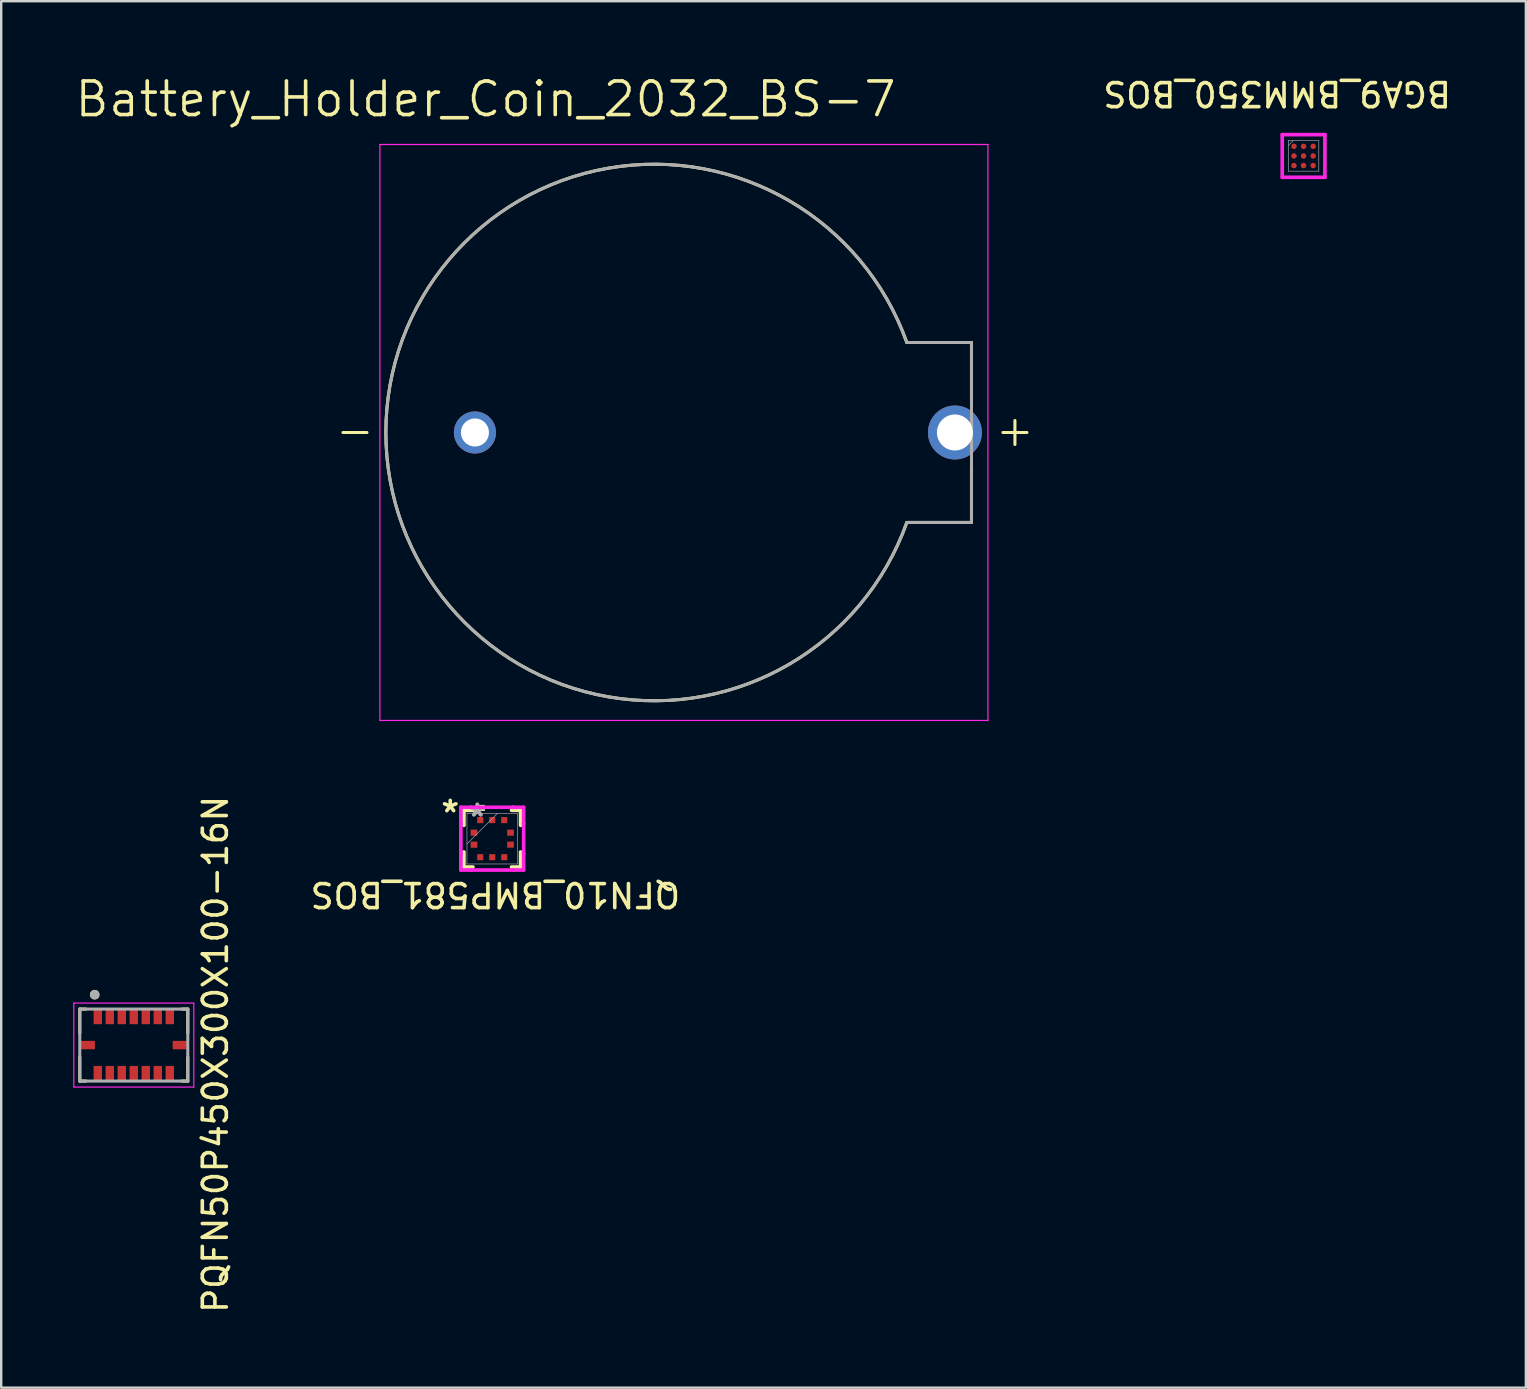
<source format=kicad_pcb>
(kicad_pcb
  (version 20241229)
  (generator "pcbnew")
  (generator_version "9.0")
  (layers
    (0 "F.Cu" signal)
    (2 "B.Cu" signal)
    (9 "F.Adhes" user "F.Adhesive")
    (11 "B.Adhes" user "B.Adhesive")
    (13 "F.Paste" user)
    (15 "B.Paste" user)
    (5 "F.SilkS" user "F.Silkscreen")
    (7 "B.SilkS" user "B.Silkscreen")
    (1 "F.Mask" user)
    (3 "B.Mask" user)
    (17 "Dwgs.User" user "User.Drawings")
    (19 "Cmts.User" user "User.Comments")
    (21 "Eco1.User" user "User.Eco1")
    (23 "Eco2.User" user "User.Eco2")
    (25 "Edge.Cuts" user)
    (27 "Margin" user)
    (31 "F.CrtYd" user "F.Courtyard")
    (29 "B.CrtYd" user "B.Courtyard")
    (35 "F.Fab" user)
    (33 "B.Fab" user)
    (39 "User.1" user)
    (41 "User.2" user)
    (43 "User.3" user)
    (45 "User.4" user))
  (footprint "Battery_Holder_Coin_2032_BS-7"
    (layer "F.Cu")
    (at 26.74 14.971)
    (property "Reference" "Battery_Holder_Coin_2032_BS-7" (at -9.555 -13.889 0) (layer "F.SilkS") (effects (font (size 1.4 1.4) (thickness 0.15))))
    (attr through_hole)
    (fp_line (start -15.5 0) (end -14.5 0) (stroke (width 0.127) (type solid)) (layer "F.SilkS"))
    (fp_line (start 10.69 -3.75) (end 7.995 -3.75) (stroke (width 0.127) (type solid)) (layer "F.SilkS"))
    (fp_line (start 10.69 -3.75) (end 10.69 -1.47) (stroke (width 0.127) (type solid)) (layer "F.SilkS"))
    (fp_line (start 10.69 3.75) (end 7.995 3.75) (stroke (width 0.127) (type solid)) (layer "F.SilkS"))
    (fp_line (start 10.69 3.75) (end 10.69 1.47) (stroke (width 0.127) (type solid)) (layer "F.SilkS"))
    (fp_line (start 12 0) (end 13 0) (stroke (width 0.127) (type solid)) (layer "F.SilkS"))
    (fp_line (start 12.5 -0.5) (end 12.5 0.5) (stroke (width 0.127) (type solid)) (layer "F.SilkS"))
    (fp_arc (start 7.995 3.75) (mid -13.712925 0) (end 7.995 -3.75) (stroke (width 0.127) (type solid)) (layer "F.SilkS"))
    (fp_line (start -13.96 -12) (end 11.375 -12) (stroke (width 0.05) (type solid)) (layer "F.CrtYd"))
    (fp_line (start -13.96 12) (end -13.96 -12) (stroke (width 0.05) (type solid)) (layer "F.CrtYd"))
    (fp_line (start 11.375 -12) (end 11.375 12) (stroke (width 0.05) (type solid)) (layer "F.CrtYd"))
    (fp_line (start 11.375 12) (end -13.96 12) (stroke (width 0.05) (type solid)) (layer "F.CrtYd"))
    (fp_line (start 10.69 -3.75) (end 7.995 -3.75) (stroke (width 0.127) (type solid)) (layer "F.Fab"))
    (fp_line (start 10.69 -3.75) (end 10.69 3.75) (stroke (width 0.127) (type solid)) (layer "F.Fab"))
    (fp_line (start 10.69 3.75) (end 7.995 3.75) (stroke (width 0.127) (type solid)) (layer "F.Fab"))
    (fp_arc (start 7.995 3.75) (mid -13.712925 0) (end 7.995 -3.75) (stroke (width 0.127) (type solid)) (layer "F.Fab"))
    (pad "+" thru_hole circle (at 10 0) (size 2.25 2.25) (drill 1.5) (layers "*.Cu" "*.Mask"))
    (pad "-" thru_hole circle (at -10 0) (size 1.755 1.755) (drill 1.17) (layers "*.Cu" "*.Mask")))
  (footprint "QFN10_BMP581_BOS"
    (layer "F.Cu")
    (at 17.461 31.895)
    (property "Reference" "QFN10_BMP581_BOS" (at 0.128 2.327 180) (unlocked yes) (layer "F.SilkS") (effects (font (size 1 1) (thickness 0.15))))
    (attr smd)
    (fp_line (start -1.181 -1.181) (end -1.181 -0.555) (stroke (width 0.152) (type solid)) (layer "F.SilkS"))
    (fp_line (start -1.181 0.555) (end -1.181 1.181) (stroke (width 0.152) (type solid)) (layer "F.SilkS"))
    (fp_line (start -1.181 1.181) (end -0.805 1.181) (stroke (width 0.152) (type solid)) (layer "F.SilkS"))
    (fp_line (start -0.805 -1.181) (end -1.181 -1.181) (stroke (width 0.152) (type solid)) (layer "F.SilkS"))
    (fp_line (start 0.805 1.181) (end 1.181 1.181) (stroke (width 0.152) (type solid)) (layer "F.SilkS"))
    (fp_line (start 1.181 -1.181) (end 0.805 -1.181) (stroke (width 0.152) (type solid)) (layer "F.SilkS"))
    (fp_line (start 1.181 -0.555) (end 1.181 -1.181) (stroke (width 0.152) (type solid)) (layer "F.SilkS"))
    (fp_line (start 1.181 1.181) (end 1.181 0.555) (stroke (width 0.152) (type solid)) (layer "F.SilkS"))
    (fp_poly (pts (xy -0.69 -1.154) (xy -0.69 -1.408) (xy -0.309 -1.408) (xy -0.309 -1.154)) (stroke (width 0) (type solid)) (fill yes) (layer "F.SilkS"))
    (fp_line (start -1.308 -1.308) (end -0.881 -1.308) (stroke (width 0.152) (type solid)) (layer "F.CrtYd"))
    (fp_line (start -1.308 -0.631) (end -1.308 -1.308) (stroke (width 0.152) (type solid)) (layer "F.CrtYd"))
    (fp_line (start -1.308 -0.631) (end -1.308 -0.631) (stroke (width 0.152) (type solid)) (layer "F.CrtYd"))
    (fp_line (start -1.308 0.631) (end -1.308 -0.631) (stroke (width 0.152) (type solid)) (layer "F.CrtYd"))
    (fp_line (start -1.308 0.631) (end -1.308 0.631) (stroke (width 0.152) (type solid)) (layer "F.CrtYd"))
    (fp_line (start -1.308 1.308) (end -1.308 0.631) (stroke (width 0.152) (type solid)) (layer "F.CrtYd"))
    (fp_line (start -1.308 1.308) (end -0.881 1.308) (stroke (width 0.152) (type solid)) (layer "F.CrtYd"))
    (fp_line (start -0.881 -1.308) (end -0.881 -1.308) (stroke (width 0.152) (type solid)) (layer "F.CrtYd"))
    (fp_line (start -0.881 -1.308) (end 0.881 -1.308) (stroke (width 0.152) (type solid)) (layer "F.CrtYd"))
    (fp_line (start -0.881 1.308) (end -0.881 1.308) (stroke (width 0.152) (type solid)) (layer "F.CrtYd"))
    (fp_line (start -0.881 1.308) (end 0.881 1.308) (stroke (width 0.152) (type solid)) (layer "F.CrtYd"))
    (fp_line (start 0.881 -1.308) (end 0.881 -1.308) (stroke (width 0.152) (type solid)) (layer "F.CrtYd"))
    (fp_line (start 0.881 -1.308) (end 1.308 -1.308) (stroke (width 0.152) (type solid)) (layer "F.CrtYd"))
    (fp_line (start 0.881 1.308) (end 0.881 1.308) (stroke (width 0.152) (type solid)) (layer "F.CrtYd"))
    (fp_line (start 0.881 1.308) (end 1.308 1.308) (stroke (width 0.152) (type solid)) (layer "F.CrtYd"))
    (fp_line (start 1.308 -0.631) (end 1.308 -1.308) (stroke (width 0.152) (type solid)) (layer "F.CrtYd"))
    (fp_line (start 1.308 -0.631) (end 1.308 -0.631) (stroke (width 0.152) (type solid)) (layer "F.CrtYd"))
    (fp_line (start 1.308 0.631) (end 1.308 -0.631) (stroke (width 0.152) (type solid)) (layer "F.CrtYd"))
    (fp_line (start 1.308 0.631) (end 1.308 0.631) (stroke (width 0.152) (type solid)) (layer "F.CrtYd"))
    (fp_line (start 1.308 1.308) (end 1.308 0.631) (stroke (width 0.152) (type solid)) (layer "F.CrtYd"))
    (fp_line (start -1.054 -1.054) (end -1.054 1.054) (stroke (width 0.025) (type solid)) (layer "F.Fab"))
    (fp_line (start -1.054 0.216) (end 0.216 -1.054) (stroke (width 0.025) (type solid)) (layer "F.Fab"))
    (fp_line (start -1.054 1.054) (end 1.054 1.054) (stroke (width 0.025) (type solid)) (layer "F.Fab"))
    (fp_line (start 1.054 -1.054) (end -1.054 -1.054) (stroke (width 0.025) (type solid)) (layer "F.Fab"))
    (fp_line (start 1.054 1.054) (end 1.054 -1.054) (stroke (width 0.025) (type solid)) (layer "F.Fab"))
    (fp_text user "*" (at -1.75 -1.05 0) (unlocked yes) (layer "F.SilkS") (effects (font (size 1 1) (thickness 0.15))))
    (fp_text user "*" (at -0.621 -0.881 180) (layer "F.Fab") (effects (font (size 1 1) (thickness 0.15))))
    (fp_text user "*" (at -0.621 -0.881 0) (unlocked yes) (layer "F.Fab") (effects (font (size 1 1) (thickness 0.15))))
    (pad "1" smd rect (at -0.76 -0.25 90) (size 0.254 0.279) (layers "F.Cu" "F.Mask" "F.Paste"))
    (pad "2" smd rect (at -0.76 0.25 90) (size 0.254 0.279) (layers "F.Cu" "F.Mask" "F.Paste"))
    (pad "3" smd rect (at -0.5 0.773) (size 0.254 0.254) (layers "F.Cu" "F.Mask" "F.Paste"))
    (pad "4" smd rect (at 0 0.773) (size 0.254 0.254) (layers "F.Cu" "F.Mask" "F.Paste"))
    (pad "5" smd rect (at 0.5 0.773) (size 0.254 0.254) (layers "F.Cu" "F.Mask" "F.Paste"))
    (pad "6" smd rect (at 0.76 0.25 90) (size 0.254 0.279) (layers "F.Cu" "F.Mask" "F.Paste"))
    (pad "7" smd rect (at 0.76 -0.25 90) (size 0.254 0.279) (layers "F.Cu" "F.Mask" "F.Paste"))
    (pad "8" smd rect (at 0.5 -0.773) (size 0.254 0.254) (layers "F.Cu" "F.Mask" "F.Paste"))
    (pad "9" smd rect (at 0 -0.773) (size 0.254 0.254) (layers "F.Cu" "F.Mask" "F.Paste"))
    (pad "10" smd rect (at -0.5 -0.773) (size 0.254 0.254) (layers "F.Cu" "F.Mask" "F.Paste")))
  (footprint "BGA9_BMM350_BOS"
    (layer "F.Cu")
    (at 51.267 3.448)
    (property "Reference" "BGA9_BMM350_BOS" (at -1.1 -2.6 180) (unlocked yes) (layer "F.SilkS") (effects (font (size 1 1) (thickness 0.15))))
    (attr smd)
    (fp_poly (pts (xy -1.045 -1.045) (xy 1.045 -1.045) (xy 1.045 1.045) (xy -1.045 1.045)) (stroke (width 0.1) (type solid)) (fill no) (layer "Eco2.User"))
    (fp_line (start -0.889 -0.889) (end 0.889 -0.889) (stroke (width 0.152) (type solid)) (layer "F.CrtYd"))
    (fp_line (start -0.889 0.889) (end -0.889 -0.889) (stroke (width 0.152) (type solid)) (layer "F.CrtYd"))
    (fp_line (start 0.889 -0.889) (end 0.889 0.889) (stroke (width 0.152) (type solid)) (layer "F.CrtYd"))
    (fp_line (start 0.889 0.889) (end -0.889 0.889) (stroke (width 0.152) (type solid)) (layer "F.CrtYd"))
    (fp_line (start -0.635 -0.635) (end -0.635 0.635) (stroke (width 0.025) (type solid)) (layer "F.Fab"))
    (fp_line (start -0.635 0.635) (end 0.635 0.635) (stroke (width 0.025) (type solid)) (layer "F.Fab"))
    (fp_line (start -0.435 -0.635) (end -0.635 -0.435) (stroke (width 0.025) (type solid)) (layer "F.Fab"))
    (fp_line (start 0.635 -0.635) (end -0.635 -0.635) (stroke (width 0.025) (type solid)) (layer "F.Fab"))
    (fp_line (start 0.635 0.635) (end 0.635 -0.635) (stroke (width 0.025) (type solid)) (layer "F.Fab"))
    (pad "A1" smd circle (at -0.4 -0.4) (size 0.229 0.229) (layers "F.Cu" "F.Mask" "F.Paste"))
    (pad "A2" smd circle (at 0 -0.4) (size 0.229 0.229) (layers "F.Cu" "F.Mask" "F.Paste"))
    (pad "A3" smd circle (at 0.4 -0.4) (size 0.229 0.229) (layers "F.Cu" "F.Mask" "F.Paste"))
    (pad "B1" smd circle (at -0.4 0) (size 0.229 0.229) (layers "F.Cu" "F.Mask" "F.Paste"))
    (pad "B2" smd circle (at 0 0) (size 0.229 0.229) (layers "F.Cu" "F.Mask" "F.Paste"))
    (pad "B3" smd circle (at 0.4 0) (size 0.229 0.229) (layers "F.Cu" "F.Mask" "F.Paste"))
    (pad "C1" smd circle (at -0.4 0.4) (size 0.229 0.229) (layers "F.Cu" "F.Mask" "F.Paste"))
    (pad "C2" smd circle (at 0 0.4) (size 0.229 0.229) (layers "F.Cu" "F.Mask" "F.Paste"))
    (pad "C3" smd circle (at 0.4 0.4) (size 0.229 0.229) (layers "F.Cu" "F.Mask" "F.Paste")))
  (footprint "PQFN50P450X300X100-16N"
    (layer "F.Cu")
    (at 2.525 40.496)
    (property "Reference" "PQFN50P450X300X100-16N" (at 3.4 0.388 270) (layer "F.SilkS") (effects (font (size 1 1) (thickness 0.15))))
    (attr smd)
    (fp_line (start -2.25 -1.5) (end -2 -1.5) (stroke (width 0.127) (type solid)) (layer "F.SilkS"))
    (fp_line (start -2.25 -0.5) (end -2.25 -1.5) (stroke (width 0.127) (type solid)) (layer "F.SilkS"))
    (fp_line (start -2.25 1.5) (end -2.25 0.5) (stroke (width 0.127) (type solid)) (layer "F.SilkS"))
    (fp_line (start -2 1.5) (end -2.25 1.5) (stroke (width 0.127) (type solid)) (layer "F.SilkS"))
    (fp_line (start 2.25 -1.5) (end 2 -1.5) (stroke (width 0.127) (type solid)) (layer "F.SilkS"))
    (fp_line (start 2.25 -0.5) (end 2.25 -1.5) (stroke (width 0.127) (type solid)) (layer "F.SilkS"))
    (fp_line (start 2.25 0.5) (end 2.25 1.5) (stroke (width 0.127) (type solid)) (layer "F.SilkS"))
    (fp_line (start 2.25 1.5) (end 2 1.5) (stroke (width 0.127) (type solid)) (layer "F.SilkS"))
    (fp_circle (center -1.629 -2.1) (end -1.529 -2.1) (stroke (width 0.2) (type solid)) (fill no) (layer "F.SilkS"))
    (fp_line (start -2.5 -1.75) (end 2.5 -1.75) (stroke (width 0.05) (type solid)) (layer "F.CrtYd"))
    (fp_line (start -2.5 1.75) (end -2.5 -1.75) (stroke (width 0.05) (type solid)) (layer "F.CrtYd"))
    (fp_line (start 2.5 -1.75) (end 2.5 1.75) (stroke (width 0.05) (type solid)) (layer "F.CrtYd"))
    (fp_line (start 2.5 1.75) (end -2.5 1.75) (stroke (width 0.05) (type solid)) (layer "F.CrtYd"))
    (fp_line (start -2.25 -1.5) (end 2.25 -1.5) (stroke (width 0.127) (type solid)) (layer "F.Fab"))
    (fp_line (start -2.25 1.5) (end -2.25 -1.5) (stroke (width 0.127) (type solid)) (layer "F.Fab"))
    (fp_line (start 2.25 -1.5) (end 2.25 1.5) (stroke (width 0.127) (type solid)) (layer "F.Fab"))
    (fp_line (start 2.25 1.5) (end -2.25 1.5) (stroke (width 0.127) (type solid)) (layer "F.Fab"))
    (fp_circle (center -1.629 -2.1) (end -1.529 -2.1) (stroke (width 0.2) (type solid)) (fill no) (layer "F.Fab"))
    (pad "1" smd rect (at -1.5 -1.165 270) (size 0.59 0.35) (layers "F.Cu" "F.Mask" "F.Paste"))
    (pad "2" smd rect (at -1 -1.165 270) (size 0.59 0.35) (layers "F.Cu" "F.Mask" "F.Paste"))
    (pad "3" smd rect (at -0.5 -1.165 270) (size 0.59 0.35) (layers "F.Cu" "F.Mask" "F.Paste"))
    (pad "4" smd rect (at 0 -1.165 270) (size 0.59 0.35) (layers "F.Cu" "F.Mask" "F.Paste"))
    (pad "5" smd rect (at 0.5 -1.165 270) (size 0.59 0.35) (layers "F.Cu" "F.Mask" "F.Paste"))
    (pad "6" smd rect (at 1 -1.165 270) (size 0.59 0.35) (layers "F.Cu" "F.Mask" "F.Paste"))
    (pad "7" smd rect (at 1.5 -1.165 270) (size 0.59 0.35) (layers "F.Cu" "F.Mask" "F.Paste"))
    (pad "8" smd rect (at 1.915 0 180) (size 0.59 0.35) (layers "F.Cu" "F.Mask" "F.Paste"))
    (pad "9" smd rect (at 1.5 1.165 90) (size 0.59 0.35) (layers "F.Cu" "F.Mask" "F.Paste"))
    (pad "10" smd rect (at 1 1.165 90) (size 0.59 0.35) (layers "F.Cu" "F.Mask" "F.Paste"))
    (pad "11" smd rect (at 0.5 1.165 90) (size 0.59 0.35) (layers "F.Cu" "F.Mask" "F.Paste"))
    (pad "12" smd rect (at 0 1.165 90) (size 0.59 0.35) (layers "F.Cu" "F.Mask" "F.Paste"))
    (pad "13" smd rect (at -0.5 1.165 90) (size 0.59 0.35) (layers "F.Cu" "F.Mask" "F.Paste"))
    (pad "14" smd rect (at -1 1.165 90) (size 0.59 0.35) (layers "F.Cu" "F.Mask" "F.Paste"))
    (pad "15" smd rect (at -1.5 1.165 90) (size 0.59 0.35) (layers "F.Cu" "F.Mask" "F.Paste"))
    (pad "16" smd rect (at -1.915 0) (size 0.59 0.35) (layers "F.Cu" "F.Mask" "F.Paste")))
  (gr_rect
    (start -3 -3)
    (end 60.53 54.77)
    (stroke (width 0.1) (type default))
    (fill no)
    (layer "Edge.Cuts")))
</source>
